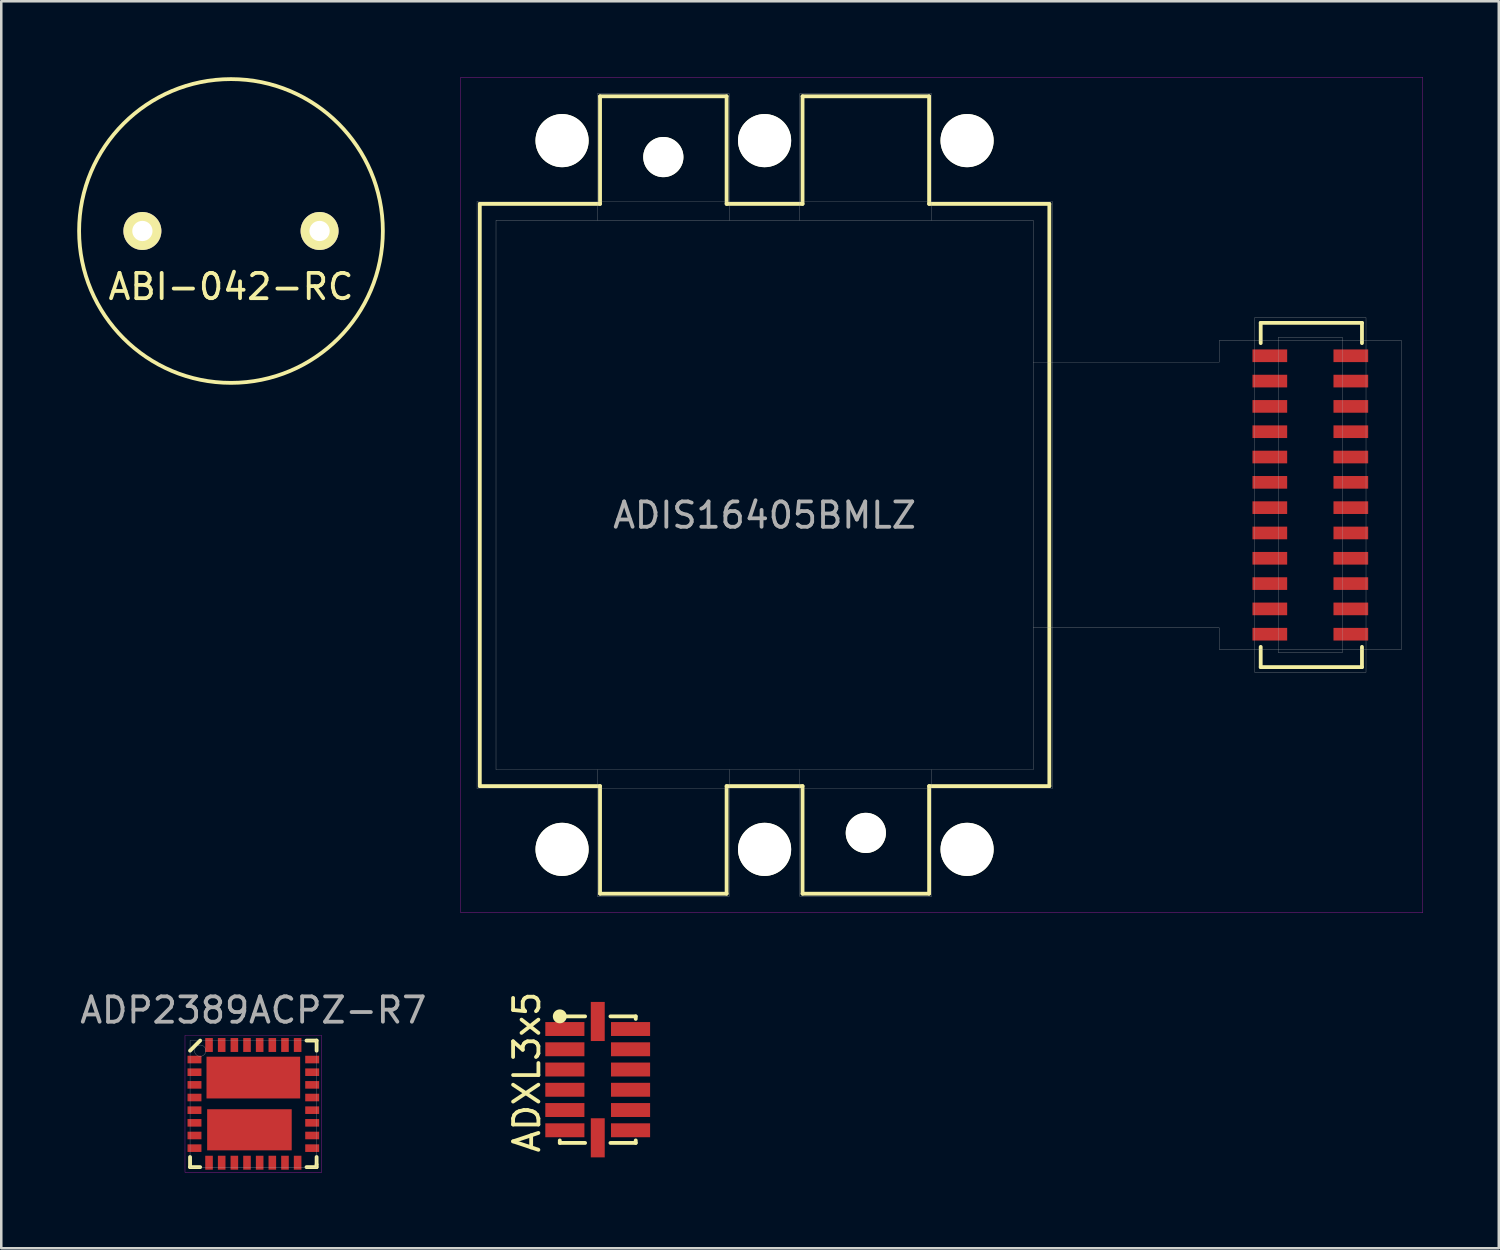
<source format=kicad_pcb>
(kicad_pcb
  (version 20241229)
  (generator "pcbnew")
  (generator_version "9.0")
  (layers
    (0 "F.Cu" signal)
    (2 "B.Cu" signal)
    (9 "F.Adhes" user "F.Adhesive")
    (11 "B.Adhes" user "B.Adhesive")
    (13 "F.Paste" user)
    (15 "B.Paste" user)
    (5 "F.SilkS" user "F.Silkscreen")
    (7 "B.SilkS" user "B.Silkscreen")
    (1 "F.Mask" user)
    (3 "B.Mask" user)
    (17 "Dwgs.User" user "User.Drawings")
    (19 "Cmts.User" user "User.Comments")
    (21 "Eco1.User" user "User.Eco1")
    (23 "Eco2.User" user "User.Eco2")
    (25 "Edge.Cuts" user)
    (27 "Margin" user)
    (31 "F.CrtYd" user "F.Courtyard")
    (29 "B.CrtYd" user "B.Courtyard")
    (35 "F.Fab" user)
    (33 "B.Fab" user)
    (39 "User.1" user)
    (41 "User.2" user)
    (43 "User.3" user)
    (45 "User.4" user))
  (footprint "ADXL3x5"
    (layer "F.Cu")
    (at 19.465 37.602)
    (property "Reference" "ADXL3x5" (at -1.7 1.7 90) (layer "F.SilkS") (effects (font (size 1 1) (thickness 0.15))))
    (attr through_hole)
    (fp_line (start -0.4 -0.5) (end -0.4 -0.4) (stroke (width 0.15) (type solid)) (layer "F.SilkS"))
    (fp_line (start -0.4 -0.5) (end 0.6 -0.5) (stroke (width 0.15) (type solid)) (layer "F.SilkS"))
    (fp_line (start -0.4 4.5) (end -0.4 4.4) (stroke (width 0.15) (type solid)) (layer "F.SilkS"))
    (fp_line (start -0.4 4.5) (end 0.6 4.5) (stroke (width 0.15) (type solid)) (layer "F.SilkS"))
    (fp_line (start 1.6 -0.5) (end 2.6 -0.5) (stroke (width 0.15) (type solid)) (layer "F.SilkS"))
    (fp_line (start 1.6 4.5) (end 2.6 4.5) (stroke (width 0.15) (type solid)) (layer "F.SilkS"))
    (fp_line (start 2.6 -0.5) (end 2.6 -0.4) (stroke (width 0.15) (type solid)) (layer "F.SilkS"))
    (fp_line (start 2.6 4.5) (end 2.6 4.4) (stroke (width 0.15) (type solid)) (layer "F.SilkS"))
    (fp_circle (center -0.4 -0.5) (end -0.4 -0.7) (stroke (width 0.15) (type solid)) (fill no) (layer "F.SilkS"))
    (fp_circle (center -0.4 -0.5) (end -0.4 -0.6) (stroke (width 0.15) (type solid)) (fill no) (layer "F.SilkS"))
    (pad "1" smd rect (at 0 0) (size 1.545 0.55) (drill (offset -0.2 0)) (layers "F.Cu" "F.Mask" "F.Paste"))
    (pad "2" smd rect (at 0 0.8) (size 1.545 0.55) (drill (offset -0.2 0)) (layers "F.Cu" "F.Mask" "F.Paste"))
    (pad "3" smd rect (at 0 1.6) (size 1.545 0.55) (drill (offset -0.2 0)) (layers "F.Cu" "F.Mask" "F.Paste"))
    (pad "4" smd rect (at 0 2.4) (size 1.545 0.55) (drill (offset -0.2 0)) (layers "F.Cu" "F.Mask" "F.Paste"))
    (pad "5" smd rect (at 0 3.2) (size 1.545 0.55) (drill (offset -0.2 0)) (layers "F.Cu" "F.Mask" "F.Paste"))
    (pad "6" smd rect (at 0 4) (size 1.545 0.55) (drill (offset -0.2 0)) (layers "F.Cu" "F.Mask" "F.Paste"))
    (pad "7" smd rect (at 1.1 4.098) (size 0.55 1.545) (drill (offset 0 0.2)) (layers "F.Cu" "F.Mask" "F.Paste"))
    (pad "8" smd rect (at 2.195 4) (size 1.545 0.55) (drill (offset 0.2 0)) (layers "F.Cu" "F.Mask" "F.Paste"))
    (pad "9" smd rect (at 2.195 3.2) (size 1.545 0.55) (drill (offset 0.2 0)) (layers "F.Cu" "F.Mask" "F.Paste"))
    (pad "10" smd rect (at 2.195 2.4) (size 1.545 0.55) (drill (offset 0.2 0)) (layers "F.Cu" "F.Mask" "F.Paste"))
    (pad "11" smd rect (at 2.195 1.6) (size 1.545 0.55) (drill (offset 0.2 0)) (layers "F.Cu" "F.Mask" "F.Paste"))
    (pad "12" smd rect (at 2.195 0.8) (size 1.545 0.55) (drill (offset 0.2 0)) (layers "F.Cu" "F.Mask" "F.Paste"))
    (pad "13" smd rect (at 2.195 0) (size 1.545 0.55) (drill (offset 0.2 0)) (layers "F.Cu" "F.Mask" "F.Paste"))
    (pad "14" smd rect (at 1.1 -0.098) (size 0.55 1.545) (drill (offset 0 -0.2)) (layers "F.Cu" "F.Mask" "F.Paste")))
  (footprint "ADP2389ACPZ-R7"
    (layer "F.Cu")
    (at 6.958 40.558)
    (property "Reference" "ADP2389ACPZ-R7" (at 0 -3.7 0) (layer "F.Fab") (effects (font (size 1 1) (thickness 0.15))))
    (attr through_hole)
    (fp_line (start -2.5 2.1) (end -2.5 2.5) (stroke (width 0.15) (type solid)) (layer "F.SilkS"))
    (fp_line (start -2.5 2.5) (end -2.1 2.5) (stroke (width 0.15) (type solid)) (layer "F.SilkS"))
    (fp_line (start -2.1 -2.5) (end -2.5 -2.1) (stroke (width 0.15) (type solid)) (layer "F.SilkS"))
    (fp_line (start 2.5 -2.5) (end 2.1 -2.5) (stroke (width 0.15) (type solid)) (layer "F.SilkS"))
    (fp_line (start 2.5 -2.5) (end 2.5 -2.1) (stroke (width 0.15) (type solid)) (layer "F.SilkS"))
    (fp_line (start 2.5 2.1) (end 2.5 2.4) (stroke (width 0.15) (type solid)) (layer "F.SilkS"))
    (fp_line (start 2.5 2.4) (end 2.5 2.5) (stroke (width 0.15) (type solid)) (layer "F.SilkS"))
    (fp_line (start 2.5 2.5) (end 2.1 2.5) (stroke (width 0.15) (type solid)) (layer "F.SilkS"))
    (fp_poly (pts (xy -1.6 -1.6) (xy -0.2 -1.6) (xy -0.2 -0.4) (xy -1.6 -0.4)) (stroke (width 0.15) (type solid)) (fill yes) (layer "F.Paste"))
    (fp_poly (pts (xy -1.6 0.9) (xy -1.6 0.5) (xy 1.3 0.5) (xy 1.3 0.9)) (stroke (width 0.15) (type solid)) (fill yes) (layer "F.Paste"))
    (fp_poly (pts (xy -1.6 1.6) (xy -1.6 1.2) (xy 1.3 1.2) (xy 1.3 1.6)) (stroke (width 0.15) (type solid)) (fill yes) (layer "F.Paste"))
    (fp_poly (pts (xy 1.6 -1.6) (xy 0.2 -1.6) (xy 0.2 -0.4) (xy 1.6 -0.4)) (stroke (width 0.15) (type solid)) (fill yes) (layer "F.Paste"))
    (fp_line (start -2.7 -2.7) (end -2.7 2.7) (stroke (width 0.01) (type solid)) (layer "F.CrtYd"))
    (fp_line (start -2.7 2.7) (end 2.7 2.7) (stroke (width 0.01) (type solid)) (layer "F.CrtYd"))
    (fp_line (start 2.7 -2.7) (end -2.7 -2.7) (stroke (width 0.01) (type solid)) (layer "F.CrtYd"))
    (fp_line (start 2.7 2.7) (end 2.7 -2.7) (stroke (width 0.01) (type solid)) (layer "F.CrtYd"))
    (fp_line (start -2.5 -2.5) (end -2.5 2.5) (stroke (width 0.01) (type solid)) (layer "F.Fab"))
    (fp_line (start -2.5 -2.5) (end 2.5 -2.5) (stroke (width 0.01) (type solid)) (layer "F.Fab"))
    (fp_line (start -2.5 2.5) (end 2.5 2.5) (stroke (width 0.01) (type solid)) (layer "F.Fab"))
    (fp_line (start 2.5 2.5) (end 2.5 -2.5) (stroke (width 0.01) (type solid)) (layer "F.Fab"))
    (fp_circle (center -2.1 -2.1) (end -1.9 -2) (stroke (width 0.01) (type solid)) (fill no) (layer "F.Fab"))
    (pad "1" smd rect (at -2.325 -1.75) (size 0.55 0.3) (layers "F.Cu" "F.Mask" "F.Paste"))
    (pad "2" smd rect (at -2.325 -1.25) (size 0.55 0.3) (layers "F.Cu" "F.Mask" "F.Paste"))
    (pad "3" smd rect (at -2.325 -0.75) (size 0.55 0.3) (layers "F.Cu" "F.Mask" "F.Paste"))
    (pad "4" smd rect (at -2.325 -0.25) (size 0.55 0.3) (layers "F.Cu" "F.Mask" "F.Paste"))
    (pad "5" smd rect (at -2.325 0.25) (size 0.55 0.3) (layers "F.Cu" "F.Mask" "F.Paste"))
    (pad "6" smd rect (at -2.325 0.75) (size 0.55 0.3) (layers "F.Cu" "F.Mask" "F.Paste"))
    (pad "7" smd rect (at -2.325 1.25) (size 0.55 0.3) (layers "F.Cu" "F.Mask" "F.Paste"))
    (pad "8" smd rect (at -2.325 1.75) (size 0.55 0.3) (layers "F.Cu" "F.Mask" "F.Paste"))
    (pad "9" smd rect (at -1.75 2.325 90) (size 0.55 0.3) (layers "F.Cu" "F.Mask" "F.Paste"))
    (pad "10" smd rect (at -1.25 2.325 90) (size 0.55 0.3) (layers "F.Cu" "F.Mask" "F.Paste"))
    (pad "11" smd rect (at -0.75 2.325 90) (size 0.55 0.3) (layers "F.Cu" "F.Mask" "F.Paste"))
    (pad "12" smd rect (at -0.25 2.325 90) (size 0.55 0.3) (layers "F.Cu" "F.Mask" "F.Paste"))
    (pad "13" smd rect (at 0.25 2.325 90) (size 0.55 0.3) (layers "F.Cu" "F.Mask" "F.Paste"))
    (pad "14" smd rect (at 0.75 2.325 270) (size 0.55 0.3) (layers "F.Cu" "F.Mask" "F.Paste"))
    (pad "15" smd rect (at 1.25 2.325 90) (size 0.55 0.3) (layers "F.Cu" "F.Mask" "F.Paste"))
    (pad "16" smd rect (at 1.75 2.325 90) (size 0.55 0.3) (layers "F.Cu" "F.Mask" "F.Paste"))
    (pad "17" smd rect (at 2.325 1.75 180) (size 0.55 0.3) (layers "F.Cu" "F.Mask" "F.Paste"))
    (pad "18" smd rect (at 2.325 1.25 180) (size 0.55 0.3) (layers "F.Cu" "F.Mask" "F.Paste"))
    (pad "19" smd rect (at 2.325 0.75 180) (size 0.55 0.3) (layers "F.Cu" "F.Mask" "F.Paste"))
    (pad "20" smd rect (at 2.325 0.25 180) (size 0.55 0.3) (layers "F.Cu" "F.Mask" "F.Paste"))
    (pad "21" smd rect (at 2.325 -0.25 180) (size 0.55 0.3) (layers "F.Cu" "F.Mask" "F.Paste"))
    (pad "22" smd rect (at 2.325 -0.75 180) (size 0.55 0.3) (layers "F.Cu" "F.Mask" "F.Paste"))
    (pad "23" smd rect (at 2.325 -1.25 180) (size 0.55 0.3) (layers "F.Cu" "F.Mask" "F.Paste"))
    (pad "24" smd rect (at 2.325 -1.75 180) (size 0.55 0.3) (layers "F.Cu" "F.Mask" "F.Paste"))
    (pad "25" smd rect (at 1.75 -2.325 270) (size 0.55 0.3) (layers "F.Cu" "F.Mask" "F.Paste"))
    (pad "26" smd rect (at 1.25 -2.325 270) (size 0.55 0.3) (layers "F.Cu" "F.Mask" "F.Paste"))
    (pad "27" smd rect (at 0.75 -2.325 270) (size 0.55 0.3) (layers "F.Cu" "F.Mask" "F.Paste"))
    (pad "28" smd rect (at 0.25 -2.325 90) (size 0.55 0.3) (layers "F.Cu" "F.Mask" "F.Paste"))
    (pad "29" smd rect (at -0.25 -2.325 90) (size 0.55 0.3) (layers "F.Cu" "F.Mask" "F.Paste"))
    (pad "30" smd rect (at -0.75 -2.325 270) (size 0.55 0.3) (layers "F.Cu" "F.Mask" "F.Paste"))
    (pad "31" smd rect (at -1.25 -2.325 90) (size 0.55 0.3) (layers "F.Cu" "F.Mask" "F.Paste"))
    (pad "32" smd rect (at -1.75 -2.325 270) (size 0.55 0.3) (layers "F.Cu" "F.Mask" "F.Paste"))
    (pad "33" smd rect (at 0 -1.038 180) (size 3.7 1.65) (layers "F.Cu" "F.Mask"))
    (pad "34" smd rect (at -0.154 1.025 180) (size 3.34 1.625) (layers "F.Cu" "F.Mask")))
  (footprint "ABI-042-RC"
    (layer "F.Cu")
    (at 6.075 6.075)
    (property "Reference" "ABI-042-RC" (at 0 2.2 0) (layer "F.SilkS") (effects (font (size 1 1) (thickness 0.15))))
    (attr through_hole)
    (fp_circle (center 0 0) (end 6 0) (stroke (width 0.15) (type solid)) (fill no) (layer "F.SilkS"))
    (pad "1" thru_hole circle (at -3.5 0) (size 1.5 1.5) (drill 0.8) (layers "*.Cu" "*.Mask" "F.SilkS"))
    (pad "2" thru_hole circle (at 3.5 0) (size 1.5 1.5) (drill 0.8) (layers "*.Cu" "*.Mask" "F.SilkS")))
  (footprint "ADIS16405BMLZ"
    (layer "F.Cu")
    (at 27.155 16.505)
    (property "Reference" "ADIS16405BMLZ" (at 0 0.8 0) (layer "F.Fab") (effects (font (size 1 1) (thickness 0.15))))
    (attr through_hole)
    (fp_line (start -11.25 -11.5) (end -6.5 -11.5) (stroke (width 0.15) (type solid)) (layer "F.SilkS"))
    (fp_line (start -11.25 11.5) (end -11.25 -11.5) (stroke (width 0.15) (type solid)) (layer "F.SilkS"))
    (fp_line (start -6.5 -15.75) (end -1.5 -15.75) (stroke (width 0.15) (type solid)) (layer "F.SilkS"))
    (fp_line (start -6.5 -11.5) (end -6.5 -15.75) (stroke (width 0.15) (type solid)) (layer "F.SilkS"))
    (fp_line (start -6.5 11.5) (end -11.25 11.5) (stroke (width 0.15) (type solid)) (layer "F.SilkS"))
    (fp_line (start -6.5 15.75) (end -6.5 11.5) (stroke (width 0.15) (type solid)) (layer "F.SilkS"))
    (fp_line (start -1.5 -15.75) (end -1.5 -11.5) (stroke (width 0.15) (type solid)) (layer "F.SilkS"))
    (fp_line (start -1.5 -11.5) (end 1.5 -11.5) (stroke (width 0.15) (type solid)) (layer "F.SilkS"))
    (fp_line (start -1.5 11.5) (end -1.5 15.75) (stroke (width 0.15) (type solid)) (layer "F.SilkS"))
    (fp_line (start -1.5 15.75) (end -6.5 15.75) (stroke (width 0.15) (type solid)) (layer "F.SilkS"))
    (fp_line (start 1.5 -15.75) (end 6.5 -15.75) (stroke (width 0.15) (type solid)) (layer "F.SilkS"))
    (fp_line (start 1.5 -11.5) (end 1.5 -15.75) (stroke (width 0.15) (type solid)) (layer "F.SilkS"))
    (fp_line (start 1.5 11.5) (end -1.5 11.5) (stroke (width 0.15) (type solid)) (layer "F.SilkS"))
    (fp_line (start 1.5 15.75) (end 1.5 11.5) (stroke (width 0.15) (type solid)) (layer "F.SilkS"))
    (fp_line (start 6.5 -15.75) (end 6.5 -11.5) (stroke (width 0.15) (type solid)) (layer "F.SilkS"))
    (fp_line (start 6.5 -11.5) (end 11.25 -11.5) (stroke (width 0.15) (type solid)) (layer "F.SilkS"))
    (fp_line (start 6.5 11.5) (end 6.5 15.75) (stroke (width 0.15) (type solid)) (layer "F.SilkS"))
    (fp_line (start 6.5 15.75) (end 1.5 15.75) (stroke (width 0.15) (type solid)) (layer "F.SilkS"))
    (fp_line (start 11.25 -11.5) (end 11.25 11.5) (stroke (width 0.15) (type solid)) (layer "F.SilkS"))
    (fp_line (start 11.25 11.5) (end 6.5 11.5) (stroke (width 0.15) (type solid)) (layer "F.SilkS"))
    (fp_line (start 19.6 -6.8) (end 23.6 -6.8) (stroke (width 0.15) (type solid)) (layer "F.SilkS"))
    (fp_line (start 19.6 -6) (end 19.6 -6.8) (stroke (width 0.15) (type solid)) (layer "F.SilkS"))
    (fp_line (start 19.6 6) (end 19.6 6.8) (stroke (width 0.15) (type solid)) (layer "F.SilkS"))
    (fp_line (start 19.6 6.8) (end 23.6 6.8) (stroke (width 0.15) (type solid)) (layer "F.SilkS"))
    (fp_line (start 23.6 -6.8) (end 23.6 -6) (stroke (width 0.15) (type solid)) (layer "F.SilkS"))
    (fp_line (start 23.6 6.8) (end 23.6 6) (stroke (width 0.15) (type solid)) (layer "F.SilkS"))
    (fp_line (start -12 -16.5) (end -12 16.5) (stroke (width 0.01) (type solid)) (layer "F.CrtYd"))
    (fp_line (start -12 16.5) (end 26 16.5) (stroke (width 0.01) (type solid)) (layer "F.CrtYd"))
    (fp_line (start 26 -16.5) (end -12 -16.5) (stroke (width 0.01) (type solid)) (layer "F.CrtYd"))
    (fp_line (start 26 16.5) (end 26 -16.5) (stroke (width 0.01) (type solid)) (layer "F.CrtYd"))
    (fp_line (start -11.36 -11.6) (end 11.36 -11.6) (stroke (width 0.01) (type solid)) (layer "F.Fab"))
    (fp_line (start -11.36 11.6) (end -11.36 -11.6) (stroke (width 0.01) (type solid)) (layer "F.Fab"))
    (fp_line (start -10.61 -10.85) (end -10.61 10.85) (stroke (width 0.01) (type solid)) (layer "F.Fab"))
    (fp_line (start -10.61 -10.85) (end 10.61 -10.85) (stroke (width 0.01) (type solid)) (layer "F.Fab"))
    (fp_line (start -10.61 10.85) (end 10.61 10.85) (stroke (width 0.01) (type solid)) (layer "F.Fab"))
    (fp_line (start -6.61 -15.85) (end -1.4 -15.85) (stroke (width 0.01) (type solid)) (layer "F.Fab"))
    (fp_line (start -6.61 -10.85) (end -6.61 -15.85) (stroke (width 0.01) (type solid)) (layer "F.Fab"))
    (fp_line (start -6.61 10.85) (end -6.61 15.85) (stroke (width 0.01) (type solid)) (layer "F.Fab"))
    (fp_line (start -6.61 15.85) (end -1.4 15.85) (stroke (width 0.01) (type solid)) (layer "F.Fab"))
    (fp_line (start -1.4 -15.85) (end -1.4 -10.85) (stroke (width 0.01) (type solid)) (layer "F.Fab"))
    (fp_line (start -1.4 15.85) (end -1.4 10.85) (stroke (width 0.01) (type solid)) (layer "F.Fab"))
    (fp_line (start 1.39 -15.85) (end 6.6 -15.85) (stroke (width 0.01) (type solid)) (layer "F.Fab"))
    (fp_line (start 1.39 -10.85) (end 1.39 -15.85) (stroke (width 0.01) (type solid)) (layer "F.Fab"))
    (fp_line (start 1.39 15.85) (end 1.39 10.85) (stroke (width 0.01) (type solid)) (layer "F.Fab"))
    (fp_line (start 6.6 -15.85) (end 6.6 -10.85) (stroke (width 0.01) (type solid)) (layer "F.Fab"))
    (fp_line (start 6.6 10.85) (end 6.6 15.85) (stroke (width 0.01) (type solid)) (layer "F.Fab"))
    (fp_line (start 6.6 15.85) (end 1.39 15.85) (stroke (width 0.01) (type solid)) (layer "F.Fab"))
    (fp_line (start 10.61 -10.85) (end 10.61 10.85) (stroke (width 0.01) (type solid)) (layer "F.Fab"))
    (fp_line (start 10.61 -5.25) (end 17.96 -5.25) (stroke (width 0.01) (type solid)) (layer "F.Fab"))
    (fp_line (start 10.61 5.25) (end 17.96 5.25) (stroke (width 0.01) (type solid)) (layer "F.Fab"))
    (fp_line (start 11.36 -11.6) (end 11.36 11.6) (stroke (width 0.01) (type solid)) (layer "F.Fab"))
    (fp_line (start 11.36 11.6) (end -11.36 11.6) (stroke (width 0.01) (type solid)) (layer "F.Fab"))
    (fp_line (start 17.96 -6.1) (end 17.96 -5.25) (stroke (width 0.01) (type solid)) (layer "F.Fab"))
    (fp_line (start 17.96 6.1) (end 17.96 5.25) (stroke (width 0.01) (type solid)) (layer "F.Fab"))
    (fp_line (start 19.36 -7) (end 23.76 -7) (stroke (width 0.01) (type solid)) (layer "F.Fab"))
    (fp_line (start 19.36 7) (end 19.36 -7) (stroke (width 0.01) (type solid)) (layer "F.Fab"))
    (fp_line (start 20.29 -6.223) (end 22.83 -6.223) (stroke (width 0.01) (type solid)) (layer "F.Fab"))
    (fp_line (start 20.29 6.223) (end 20.29 -6.223) (stroke (width 0.01) (type solid)) (layer "F.Fab"))
    (fp_line (start 22.83 -6.223) (end 22.83 6.223) (stroke (width 0.01) (type solid)) (layer "F.Fab"))
    (fp_line (start 22.83 6.223) (end 20.29 6.223) (stroke (width 0.01) (type solid)) (layer "F.Fab"))
    (fp_line (start 23.76 -7) (end 23.76 7) (stroke (width 0.01) (type solid)) (layer "F.Fab"))
    (fp_line (start 23.76 7) (end 19.36 7) (stroke (width 0.01) (type solid)) (layer "F.Fab"))
    (fp_line (start 25.16 -6.1) (end 17.96 -6.1) (stroke (width 0.01) (type solid)) (layer "F.Fab"))
    (fp_line (start 25.16 -6.1) (end 25.16 6.1) (stroke (width 0.01) (type solid)) (layer "F.Fab"))
    (fp_line (start 25.16 6.1) (end 17.96 6.1) (stroke (width 0.01) (type solid)) (layer "F.Fab"))
    (pad "" np_thru_hole circle (at -8 -14) (size 2.1 2.1) (drill 2.1) (layers "*.Cu" "*.Mask" "F.SilkS"))
    (pad "" np_thru_hole circle (at -8 14) (size 2.1 2.1) (drill 2.1) (layers "*.Cu" "*.Mask" "F.SilkS"))
    (pad "" np_thru_hole circle (at -4 -13.35) (size 1.588 1.588) (drill 1.588) (layers "*.Cu" "*.Mask" "F.SilkS"))
    (pad "" np_thru_hole circle (at 0 -14) (size 2.1 2.1) (drill 2.1) (layers "*.Cu" "*.Mask" "F.SilkS"))
    (pad "" np_thru_hole circle (at 0 14) (size 2.1 2.1) (drill 2.1) (layers "*.Cu" "*.Mask" "F.SilkS"))
    (pad "" np_thru_hole circle (at 4 13.35) (size 1.588 1.588) (drill 1.588) (layers "*.Cu" "*.Mask" "F.SilkS"))
    (pad "" np_thru_hole circle (at 8 -14) (size 2.1 2.1) (drill 2.1) (layers "*.Cu" "*.Mask" "F.SilkS"))
    (pad "" np_thru_hole circle (at 8 14) (size 2.1 2.1) (drill 2.1) (layers "*.Cu" "*.Mask" "F.SilkS"))
    (pad "1" smd rect (at 23.16 -5.5) (size 1.37 0.5) (layers "F.Cu" "F.Mask" "F.Paste"))
    (pad "2" smd rect (at 19.96 -5.5) (size 1.37 0.5) (layers "F.Cu" "F.Mask" "F.Paste"))
    (pad "3" smd rect (at 23.16 -4.5) (size 1.37 0.5) (layers "F.Cu" "F.Mask" "F.Paste"))
    (pad "4" smd rect (at 19.96 -4.5) (size 1.37 0.5) (layers "F.Cu" "F.Mask" "F.Paste"))
    (pad "5" smd rect (at 23.16 -3.5) (size 1.37 0.5) (layers "F.Cu" "F.Mask" "F.Paste"))
    (pad "6" smd rect (at 19.96 -3.5) (size 1.37 0.5) (layers "F.Cu" "F.Mask" "F.Paste"))
    (pad "7" smd rect (at 23.16 -2.5) (size 1.37 0.5) (layers "F.Cu" "F.Mask" "F.Paste"))
    (pad "8" smd rect (at 19.96 -2.5) (size 1.37 0.5) (layers "F.Cu" "F.Mask" "F.Paste"))
    (pad "9" smd rect (at 23.16 -1.5) (size 1.37 0.5) (layers "F.Cu" "F.Mask" "F.Paste"))
    (pad "10" smd rect (at 19.96 -1.5) (size 1.37 0.5) (layers "F.Cu" "F.Mask" "F.Paste"))
    (pad "11" smd rect (at 23.16 -0.5) (size 1.37 0.5) (layers "F.Cu" "F.Mask" "F.Paste"))
    (pad "12" smd rect (at 19.96 -0.5) (size 1.37 0.5) (layers "F.Cu" "F.Mask" "F.Paste"))
    (pad "13" smd rect (at 23.16 0.5) (size 1.37 0.5) (layers "F.Cu" "F.Mask" "F.Paste"))
    (pad "14" smd rect (at 19.96 0.5) (size 1.37 0.5) (layers "F.Cu" "F.Mask" "F.Paste"))
    (pad "15" smd rect (at 23.16 1.5) (size 1.37 0.5) (layers "F.Cu" "F.Mask" "F.Paste"))
    (pad "16" smd rect (at 19.96 1.5) (size 1.37 0.5) (layers "F.Cu" "F.Mask" "F.Paste"))
    (pad "17" smd rect (at 23.16 2.5) (size 1.37 0.5) (layers "F.Cu" "F.Mask" "F.Paste"))
    (pad "18" smd rect (at 19.96 2.5) (size 1.37 0.5) (layers "F.Cu" "F.Mask" "F.Paste"))
    (pad "19" smd rect (at 23.16 3.5) (size 1.37 0.5) (layers "F.Cu" "F.Mask" "F.Paste"))
    (pad "20" smd rect (at 19.96 3.5) (size 1.37 0.5) (layers "F.Cu" "F.Mask" "F.Paste"))
    (pad "21" smd rect (at 23.16 4.5) (size 1.37 0.5) (layers "F.Cu" "F.Mask" "F.Paste"))
    (pad "22" smd rect (at 19.96 4.5) (size 1.37 0.5) (layers "F.Cu" "F.Mask" "F.Paste"))
    (pad "23" smd rect (at 23.16 5.5) (size 1.37 0.5) (layers "F.Cu" "F.Mask" "F.Paste"))
    (pad "24" smd rect (at 19.96 5.5) (size 1.37 0.5) (layers "F.Cu" "F.Mask" "F.Paste")))
  (gr_rect
    (start -3 -3)
    (end 56.16 46.263)
    (stroke (width 0.1) (type default))
    (fill no)
    (layer "Edge.Cuts")))
</source>
